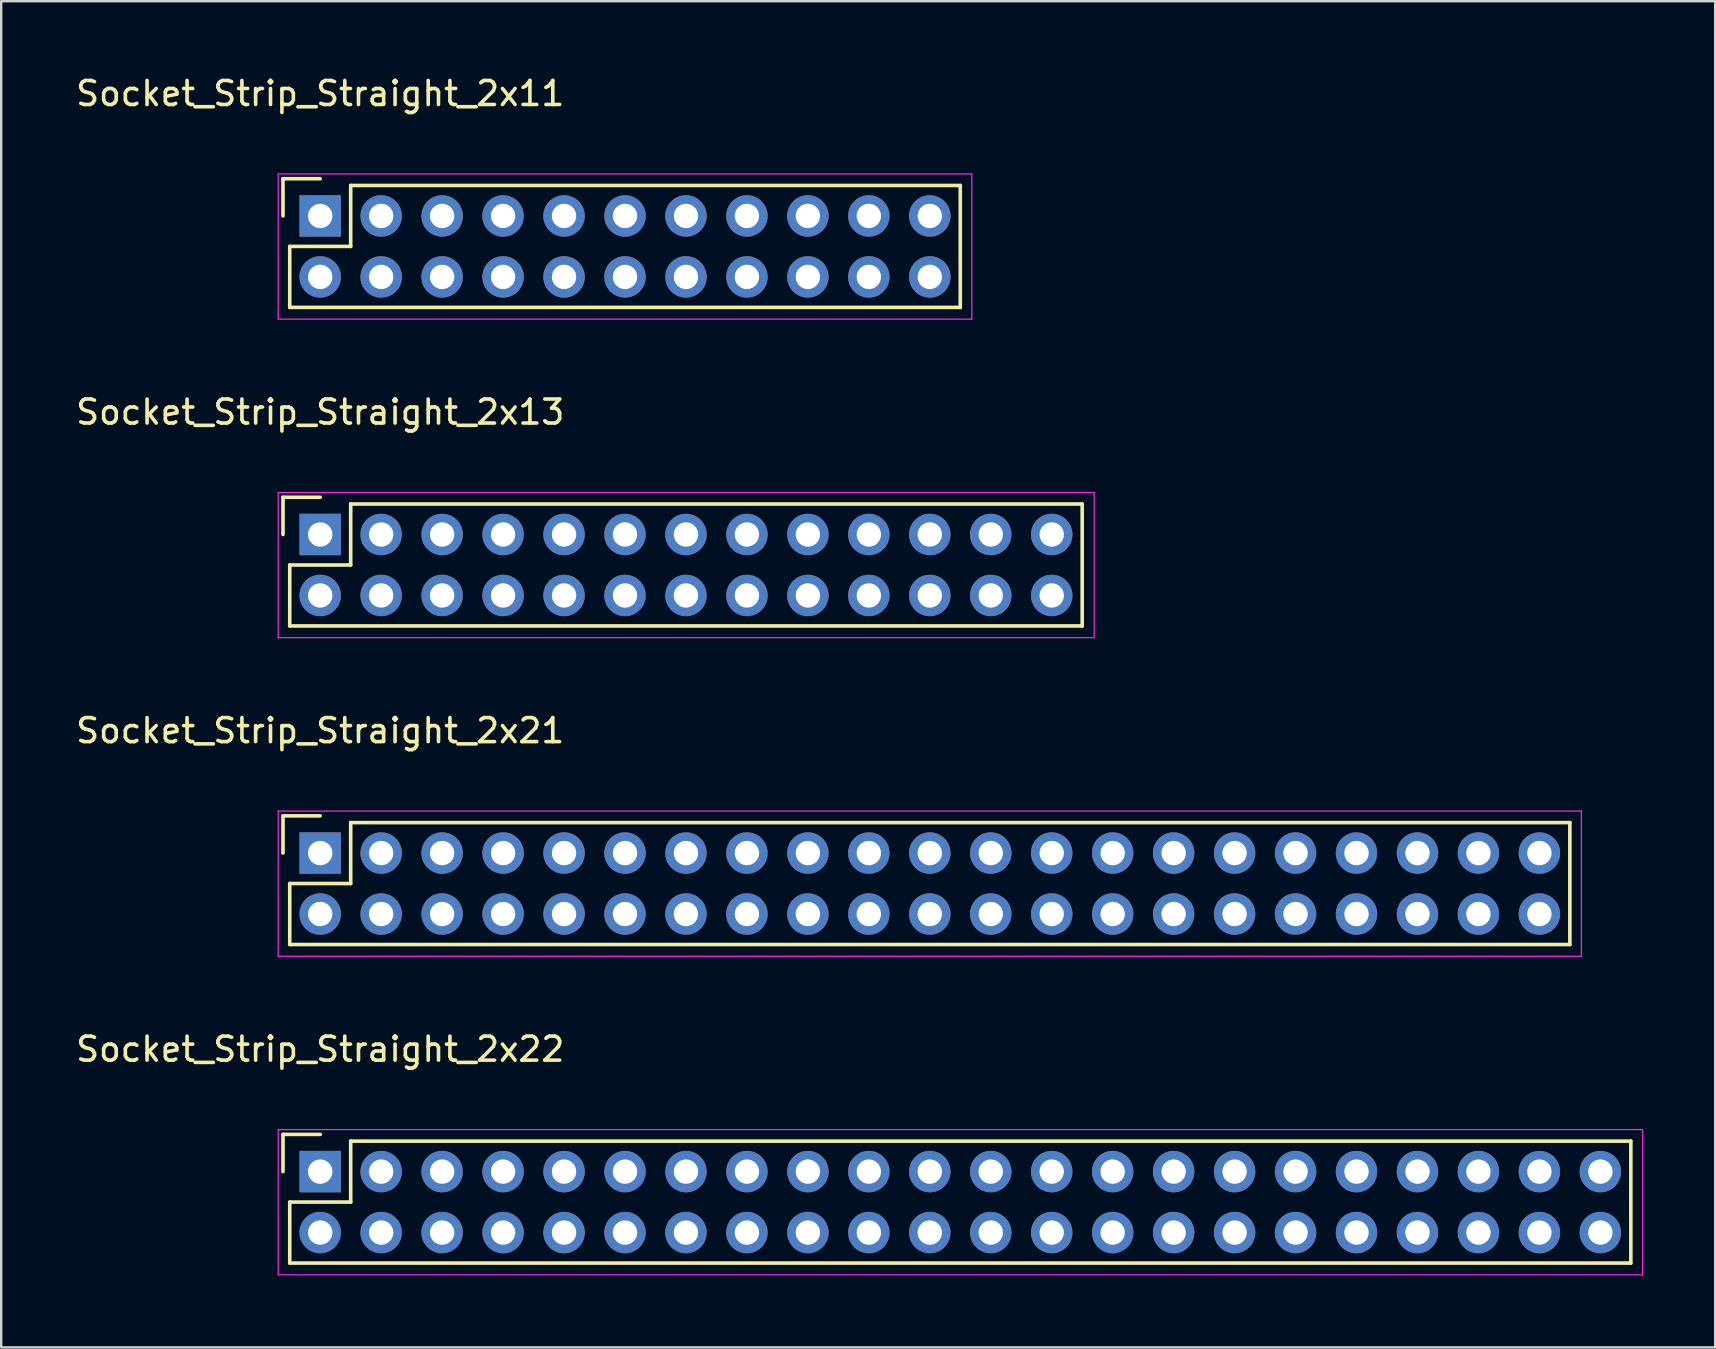
<source format=kicad_pcb>
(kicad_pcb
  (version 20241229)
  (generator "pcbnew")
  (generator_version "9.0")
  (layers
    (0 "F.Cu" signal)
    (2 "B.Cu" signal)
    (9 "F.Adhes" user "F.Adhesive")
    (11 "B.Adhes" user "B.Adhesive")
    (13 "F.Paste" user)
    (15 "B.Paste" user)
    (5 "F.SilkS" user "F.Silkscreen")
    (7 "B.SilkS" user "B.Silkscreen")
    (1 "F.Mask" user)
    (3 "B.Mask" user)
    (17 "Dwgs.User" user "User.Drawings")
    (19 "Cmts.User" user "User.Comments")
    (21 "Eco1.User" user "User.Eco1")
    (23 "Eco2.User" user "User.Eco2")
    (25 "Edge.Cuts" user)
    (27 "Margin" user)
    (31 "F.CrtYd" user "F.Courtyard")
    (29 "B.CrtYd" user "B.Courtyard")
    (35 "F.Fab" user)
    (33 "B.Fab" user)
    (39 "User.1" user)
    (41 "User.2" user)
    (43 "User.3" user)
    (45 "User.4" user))
  (footprint "Socket_Strip_Straight_2x11"
    (layer "F.Cu")
    (at 10.292 5.948)
    (property "Reference" "Socket_Strip_Straight_2x11" (at 0 -5.1 0) (layer "F.SilkS") (effects (font (size 1 1) (thickness 0.15))))
    (attr through_hole)
    (fp_line (start -1.55 -1.55) (end -1.55 0) (stroke (width 0.15) (type solid)) (layer "F.SilkS"))
    (fp_line (start -1.27 1.27) (end 1.27 1.27) (stroke (width 0.15) (type solid)) (layer "F.SilkS"))
    (fp_line (start -1.27 3.81) (end -1.27 1.27) (stroke (width 0.15) (type solid)) (layer "F.SilkS"))
    (fp_line (start 0 -1.55) (end -1.55 -1.55) (stroke (width 0.15) (type solid)) (layer "F.SilkS"))
    (fp_line (start 1.27 -1.27) (end 26.67 -1.27) (stroke (width 0.15) (type solid)) (layer "F.SilkS"))
    (fp_line (start 1.27 1.27) (end 1.27 -1.27) (stroke (width 0.15) (type solid)) (layer "F.SilkS"))
    (fp_line (start 26.67 3.81) (end -1.27 3.81) (stroke (width 0.15) (type solid)) (layer "F.SilkS"))
    (fp_line (start 26.67 3.81) (end 26.67 -1.27) (stroke (width 0.15) (type solid)) (layer "F.SilkS"))
    (fp_line (start -1.75 -1.75) (end -1.75 4.3) (stroke (width 0.05) (type solid)) (layer "F.CrtYd"))
    (fp_line (start -1.75 -1.75) (end 27.15 -1.75) (stroke (width 0.05) (type solid)) (layer "F.CrtYd"))
    (fp_line (start -1.75 4.3) (end 27.15 4.3) (stroke (width 0.05) (type solid)) (layer "F.CrtYd"))
    (fp_line (start 27.15 -1.75) (end 27.15 4.3) (stroke (width 0.05) (type solid)) (layer "F.CrtYd"))
    (pad "1" thru_hole rect (at 0 0) (size 1.727 1.727) (drill 1.016) (layers "*.Cu" "*.Mask"))
    (pad "2" thru_hole oval (at 0 2.54) (size 1.727 1.727) (drill 1.016) (layers "*.Cu" "*.Mask"))
    (pad "3" thru_hole oval (at 2.54 0) (size 1.727 1.727) (drill 1.016) (layers "*.Cu" "*.Mask"))
    (pad "4" thru_hole oval (at 2.54 2.54) (size 1.727 1.727) (drill 1.016) (layers "*.Cu" "*.Mask"))
    (pad "5" thru_hole oval (at 5.08 0) (size 1.727 1.727) (drill 1.016) (layers "*.Cu" "*.Mask"))
    (pad "6" thru_hole oval (at 5.08 2.54) (size 1.727 1.727) (drill 1.016) (layers "*.Cu" "*.Mask"))
    (pad "7" thru_hole oval (at 7.62 0) (size 1.727 1.727) (drill 1.016) (layers "*.Cu" "*.Mask"))
    (pad "8" thru_hole oval (at 7.62 2.54) (size 1.727 1.727) (drill 1.016) (layers "*.Cu" "*.Mask"))
    (pad "9" thru_hole oval (at 10.16 0) (size 1.727 1.727) (drill 1.016) (layers "*.Cu" "*.Mask"))
    (pad "10" thru_hole oval (at 10.16 2.54) (size 1.727 1.727) (drill 1.016) (layers "*.Cu" "*.Mask"))
    (pad "11" thru_hole oval (at 12.7 0) (size 1.727 1.727) (drill 1.016) (layers "*.Cu" "*.Mask"))
    (pad "12" thru_hole oval (at 12.7 2.54) (size 1.727 1.727) (drill 1.016) (layers "*.Cu" "*.Mask"))
    (pad "13" thru_hole oval (at 15.24 0) (size 1.727 1.727) (drill 1.016) (layers "*.Cu" "*.Mask"))
    (pad "14" thru_hole oval (at 15.24 2.54) (size 1.727 1.727) (drill 1.016) (layers "*.Cu" "*.Mask"))
    (pad "15" thru_hole oval (at 17.78 0) (size 1.727 1.727) (drill 1.016) (layers "*.Cu" "*.Mask"))
    (pad "16" thru_hole oval (at 17.78 2.54) (size 1.727 1.727) (drill 1.016) (layers "*.Cu" "*.Mask"))
    (pad "17" thru_hole oval (at 20.32 0) (size 1.727 1.727) (drill 1.016) (layers "*.Cu" "*.Mask"))
    (pad "18" thru_hole oval (at 20.32 2.54) (size 1.727 1.727) (drill 1.016) (layers "*.Cu" "*.Mask"))
    (pad "19" thru_hole oval (at 22.86 0) (size 1.727 1.727) (drill 1.016) (layers "*.Cu" "*.Mask"))
    (pad "20" thru_hole oval (at 22.86 2.54) (size 1.727 1.727) (drill 1.016) (layers "*.Cu" "*.Mask"))
    (pad "21" thru_hole oval (at 25.4 0) (size 1.727 1.727) (drill 1.016) (layers "*.Cu" "*.Mask"))
    (pad "22" thru_hole oval (at 25.4 2.54) (size 1.727 1.727) (drill 1.016) (layers "*.Cu" "*.Mask")))
  (footprint "Socket_Strip_Straight_2x22"
    (layer "F.Cu")
    (at 10.292 45.768)
    (property "Reference" "Socket_Strip_Straight_2x22" (at 0 -5.1 0) (layer "F.SilkS") (effects (font (size 1 1) (thickness 0.15))))
    (attr through_hole)
    (fp_line (start -1.55 -1.55) (end -1.55 0) (stroke (width 0.15) (type solid)) (layer "F.SilkS"))
    (fp_line (start -1.27 1.27) (end 1.27 1.27) (stroke (width 0.15) (type solid)) (layer "F.SilkS"))
    (fp_line (start -1.27 3.81) (end -1.27 1.27) (stroke (width 0.15) (type solid)) (layer "F.SilkS"))
    (fp_line (start 0 -1.55) (end -1.55 -1.55) (stroke (width 0.15) (type solid)) (layer "F.SilkS"))
    (fp_line (start 1.27 -1.27) (end 54.61 -1.27) (stroke (width 0.15) (type solid)) (layer "F.SilkS"))
    (fp_line (start 1.27 1.27) (end 1.27 -1.27) (stroke (width 0.15) (type solid)) (layer "F.SilkS"))
    (fp_line (start 54.61 3.81) (end -1.27 3.81) (stroke (width 0.15) (type solid)) (layer "F.SilkS"))
    (fp_line (start 54.61 3.81) (end 54.61 -1.27) (stroke (width 0.15) (type solid)) (layer "F.SilkS"))
    (fp_line (start -1.75 -1.75) (end -1.75 4.3) (stroke (width 0.05) (type solid)) (layer "F.CrtYd"))
    (fp_line (start -1.75 -1.75) (end 55.1 -1.75) (stroke (width 0.05) (type solid)) (layer "F.CrtYd"))
    (fp_line (start -1.75 4.3) (end 55.1 4.3) (stroke (width 0.05) (type solid)) (layer "F.CrtYd"))
    (fp_line (start 55.1 -1.75) (end 55.1 4.3) (stroke (width 0.05) (type solid)) (layer "F.CrtYd"))
    (pad "1" thru_hole rect (at 0 0) (size 1.727 1.727) (drill 1.016) (layers "*.Cu" "*.Mask"))
    (pad "2" thru_hole oval (at 0 2.54) (size 1.727 1.727) (drill 1.016) (layers "*.Cu" "*.Mask"))
    (pad "3" thru_hole oval (at 2.54 0) (size 1.727 1.727) (drill 1.016) (layers "*.Cu" "*.Mask"))
    (pad "4" thru_hole oval (at 2.54 2.54) (size 1.727 1.727) (drill 1.016) (layers "*.Cu" "*.Mask"))
    (pad "5" thru_hole oval (at 5.08 0) (size 1.727 1.727) (drill 1.016) (layers "*.Cu" "*.Mask"))
    (pad "6" thru_hole oval (at 5.08 2.54) (size 1.727 1.727) (drill 1.016) (layers "*.Cu" "*.Mask"))
    (pad "7" thru_hole oval (at 7.62 0) (size 1.727 1.727) (drill 1.016) (layers "*.Cu" "*.Mask"))
    (pad "8" thru_hole oval (at 7.62 2.54) (size 1.727 1.727) (drill 1.016) (layers "*.Cu" "*.Mask"))
    (pad "9" thru_hole oval (at 10.16 0) (size 1.727 1.727) (drill 1.016) (layers "*.Cu" "*.Mask"))
    (pad "10" thru_hole oval (at 10.16 2.54) (size 1.727 1.727) (drill 1.016) (layers "*.Cu" "*.Mask"))
    (pad "11" thru_hole oval (at 12.7 0) (size 1.727 1.727) (drill 1.016) (layers "*.Cu" "*.Mask"))
    (pad "12" thru_hole oval (at 12.7 2.54) (size 1.727 1.727) (drill 1.016) (layers "*.Cu" "*.Mask"))
    (pad "13" thru_hole oval (at 15.24 0) (size 1.727 1.727) (drill 1.016) (layers "*.Cu" "*.Mask"))
    (pad "14" thru_hole oval (at 15.24 2.54) (size 1.727 1.727) (drill 1.016) (layers "*.Cu" "*.Mask"))
    (pad "15" thru_hole oval (at 17.78 0) (size 1.727 1.727) (drill 1.016) (layers "*.Cu" "*.Mask"))
    (pad "16" thru_hole oval (at 17.78 2.54) (size 1.727 1.727) (drill 1.016) (layers "*.Cu" "*.Mask"))
    (pad "17" thru_hole oval (at 20.32 0) (size 1.727 1.727) (drill 1.016) (layers "*.Cu" "*.Mask"))
    (pad "18" thru_hole oval (at 20.32 2.54) (size 1.727 1.727) (drill 1.016) (layers "*.Cu" "*.Mask"))
    (pad "19" thru_hole oval (at 22.86 0) (size 1.727 1.727) (drill 1.016) (layers "*.Cu" "*.Mask"))
    (pad "20" thru_hole oval (at 22.86 2.54) (size 1.727 1.727) (drill 1.016) (layers "*.Cu" "*.Mask"))
    (pad "21" thru_hole oval (at 25.4 0) (size 1.727 1.727) (drill 1.016) (layers "*.Cu" "*.Mask"))
    (pad "22" thru_hole oval (at 25.4 2.54) (size 1.727 1.727) (drill 1.016) (layers "*.Cu" "*.Mask"))
    (pad "23" thru_hole oval (at 27.94 0) (size 1.727 1.727) (drill 1.016) (layers "*.Cu" "*.Mask"))
    (pad "24" thru_hole oval (at 27.94 2.54) (size 1.727 1.727) (drill 1.016) (layers "*.Cu" "*.Mask"))
    (pad "25" thru_hole oval (at 30.48 0) (size 1.727 1.727) (drill 1.016) (layers "*.Cu" "*.Mask"))
    (pad "26" thru_hole oval (at 30.48 2.54) (size 1.727 1.727) (drill 1.016) (layers "*.Cu" "*.Mask"))
    (pad "27" thru_hole oval (at 33.02 0) (size 1.727 1.727) (drill 1.016) (layers "*.Cu" "*.Mask"))
    (pad "28" thru_hole oval (at 33.02 2.54) (size 1.727 1.727) (drill 1.016) (layers "*.Cu" "*.Mask"))
    (pad "29" thru_hole oval (at 35.56 0) (size 1.727 1.727) (drill 1.016) (layers "*.Cu" "*.Mask"))
    (pad "30" thru_hole oval (at 35.56 2.54) (size 1.727 1.727) (drill 1.016) (layers "*.Cu" "*.Mask"))
    (pad "31" thru_hole oval (at 38.1 0) (size 1.727 1.727) (drill 1.016) (layers "*.Cu" "*.Mask"))
    (pad "32" thru_hole oval (at 38.1 2.54) (size 1.727 1.727) (drill 1.016) (layers "*.Cu" "*.Mask"))
    (pad "33" thru_hole oval (at 40.64 0) (size 1.727 1.727) (drill 1.016) (layers "*.Cu" "*.Mask"))
    (pad "34" thru_hole oval (at 40.64 2.54) (size 1.727 1.727) (drill 1.016) (layers "*.Cu" "*.Mask"))
    (pad "35" thru_hole oval (at 43.18 0) (size 1.727 1.727) (drill 1.016) (layers "*.Cu" "*.Mask"))
    (pad "36" thru_hole oval (at 43.18 2.54) (size 1.727 1.727) (drill 1.016) (layers "*.Cu" "*.Mask"))
    (pad "37" thru_hole oval (at 45.72 0) (size 1.727 1.727) (drill 1.016) (layers "*.Cu" "*.Mask"))
    (pad "38" thru_hole oval (at 45.72 2.54) (size 1.727 1.727) (drill 1.016) (layers "*.Cu" "*.Mask"))
    (pad "39" thru_hole oval (at 48.26 0) (size 1.727 1.727) (drill 1.016) (layers "*.Cu" "*.Mask"))
    (pad "40" thru_hole oval (at 48.26 2.54) (size 1.727 1.727) (drill 1.016) (layers "*.Cu" "*.Mask"))
    (pad "41" thru_hole oval (at 50.8 0) (size 1.727 1.727) (drill 1.016) (layers "*.Cu" "*.Mask"))
    (pad "42" thru_hole oval (at 50.8 2.54) (size 1.727 1.727) (drill 1.016) (layers "*.Cu" "*.Mask"))
    (pad "43" thru_hole oval (at 53.34 0) (size 1.727 1.727) (drill 1.016) (layers "*.Cu" "*.Mask"))
    (pad "44" thru_hole oval (at 53.34 2.54) (size 1.727 1.727) (drill 1.016) (layers "*.Cu" "*.Mask")))
  (footprint "Socket_Strip_Straight_2x13"
    (layer "F.Cu")
    (at 10.292 19.221)
    (property "Reference" "Socket_Strip_Straight_2x13" (at 0 -5.1 0) (layer "F.SilkS") (effects (font (size 1 1) (thickness 0.15))))
    (attr through_hole)
    (fp_line (start -1.55 -1.55) (end -1.55 0) (stroke (width 0.15) (type solid)) (layer "F.SilkS"))
    (fp_line (start -1.27 1.27) (end 1.27 1.27) (stroke (width 0.15) (type solid)) (layer "F.SilkS"))
    (fp_line (start -1.27 3.81) (end -1.27 1.27) (stroke (width 0.15) (type solid)) (layer "F.SilkS"))
    (fp_line (start -1.27 3.81) (end 31.75 3.81) (stroke (width 0.15) (type solid)) (layer "F.SilkS"))
    (fp_line (start 0 -1.55) (end -1.55 -1.55) (stroke (width 0.15) (type solid)) (layer "F.SilkS"))
    (fp_line (start 1.27 -1.27) (end 31.75 -1.27) (stroke (width 0.15) (type solid)) (layer "F.SilkS"))
    (fp_line (start 1.27 1.27) (end 1.27 -1.27) (stroke (width 0.15) (type solid)) (layer "F.SilkS"))
    (fp_line (start 31.75 3.81) (end 31.75 -1.27) (stroke (width 0.15) (type solid)) (layer "F.SilkS"))
    (fp_line (start -1.75 -1.75) (end -1.75 4.3) (stroke (width 0.05) (type solid)) (layer "F.CrtYd"))
    (fp_line (start -1.75 -1.75) (end 32.25 -1.75) (stroke (width 0.05) (type solid)) (layer "F.CrtYd"))
    (fp_line (start -1.75 4.3) (end 32.25 4.3) (stroke (width 0.05) (type solid)) (layer "F.CrtYd"))
    (fp_line (start 32.25 -1.75) (end 32.25 4.3) (stroke (width 0.05) (type solid)) (layer "F.CrtYd"))
    (pad "1" thru_hole rect (at 0 0) (size 1.727 1.727) (drill 1.016) (layers "*.Cu" "*.Mask"))
    (pad "2" thru_hole oval (at 0 2.54) (size 1.727 1.727) (drill 1.016) (layers "*.Cu" "*.Mask"))
    (pad "3" thru_hole oval (at 2.54 0) (size 1.727 1.727) (drill 1.016) (layers "*.Cu" "*.Mask"))
    (pad "4" thru_hole oval (at 2.54 2.54) (size 1.727 1.727) (drill 1.016) (layers "*.Cu" "*.Mask"))
    (pad "5" thru_hole oval (at 5.08 0) (size 1.727 1.727) (drill 1.016) (layers "*.Cu" "*.Mask"))
    (pad "6" thru_hole oval (at 5.08 2.54) (size 1.727 1.727) (drill 1.016) (layers "*.Cu" "*.Mask"))
    (pad "7" thru_hole oval (at 7.62 0) (size 1.727 1.727) (drill 1.016) (layers "*.Cu" "*.Mask"))
    (pad "8" thru_hole oval (at 7.62 2.54) (size 1.727 1.727) (drill 1.016) (layers "*.Cu" "*.Mask"))
    (pad "9" thru_hole oval (at 10.16 0) (size 1.727 1.727) (drill 1.016) (layers "*.Cu" "*.Mask"))
    (pad "10" thru_hole oval (at 10.16 2.54) (size 1.727 1.727) (drill 1.016) (layers "*.Cu" "*.Mask"))
    (pad "11" thru_hole oval (at 12.7 0) (size 1.727 1.727) (drill 1.016) (layers "*.Cu" "*.Mask"))
    (pad "12" thru_hole oval (at 12.7 2.54) (size 1.727 1.727) (drill 1.016) (layers "*.Cu" "*.Mask"))
    (pad "13" thru_hole oval (at 15.24 0) (size 1.727 1.727) (drill 1.016) (layers "*.Cu" "*.Mask"))
    (pad "14" thru_hole oval (at 15.24 2.54) (size 1.727 1.727) (drill 1.016) (layers "*.Cu" "*.Mask"))
    (pad "15" thru_hole oval (at 17.78 0) (size 1.727 1.727) (drill 1.016) (layers "*.Cu" "*.Mask"))
    (pad "16" thru_hole oval (at 17.78 2.54) (size 1.727 1.727) (drill 1.016) (layers "*.Cu" "*.Mask"))
    (pad "17" thru_hole oval (at 20.32 0) (size 1.727 1.727) (drill 1.016) (layers "*.Cu" "*.Mask"))
    (pad "18" thru_hole oval (at 20.32 2.54) (size 1.727 1.727) (drill 1.016) (layers "*.Cu" "*.Mask"))
    (pad "19" thru_hole oval (at 22.86 0) (size 1.727 1.727) (drill 1.016) (layers "*.Cu" "*.Mask"))
    (pad "20" thru_hole oval (at 22.86 2.54) (size 1.727 1.727) (drill 1.016) (layers "*.Cu" "*.Mask"))
    (pad "21" thru_hole oval (at 25.4 0) (size 1.727 1.727) (drill 1.016) (layers "*.Cu" "*.Mask"))
    (pad "22" thru_hole oval (at 25.4 2.54) (size 1.727 1.727) (drill 1.016) (layers "*.Cu" "*.Mask"))
    (pad "23" thru_hole oval (at 27.94 0) (size 1.727 1.727) (drill 1.016) (layers "*.Cu" "*.Mask"))
    (pad "24" thru_hole oval (at 27.94 2.54) (size 1.727 1.727) (drill 1.016) (layers "*.Cu" "*.Mask"))
    (pad "25" thru_hole oval (at 30.48 0) (size 1.727 1.727) (drill 1.016) (layers "*.Cu" "*.Mask"))
    (pad "26" thru_hole oval (at 30.48 2.54) (size 1.727 1.727) (drill 1.016) (layers "*.Cu" "*.Mask")))
  (footprint "Socket_Strip_Straight_2x21"
    (layer "F.Cu")
    (at 10.292 32.495)
    (property "Reference" "Socket_Strip_Straight_2x21" (at 0 -5.1 0) (layer "F.SilkS") (effects (font (size 1 1) (thickness 0.15))))
    (attr through_hole)
    (fp_line (start -1.55 -1.55) (end -1.55 0) (stroke (width 0.15) (type solid)) (layer "F.SilkS"))
    (fp_line (start -1.27 1.27) (end 1.27 1.27) (stroke (width 0.15) (type solid)) (layer "F.SilkS"))
    (fp_line (start -1.27 3.81) (end -1.27 1.27) (stroke (width 0.15) (type solid)) (layer "F.SilkS"))
    (fp_line (start 0 -1.55) (end -1.55 -1.55) (stroke (width 0.15) (type solid)) (layer "F.SilkS"))
    (fp_line (start 1.27 -1.27) (end 52.07 -1.27) (stroke (width 0.15) (type solid)) (layer "F.SilkS"))
    (fp_line (start 1.27 1.27) (end 1.27 -1.27) (stroke (width 0.15) (type solid)) (layer "F.SilkS"))
    (fp_line (start 52.07 3.81) (end -1.27 3.81) (stroke (width 0.15) (type solid)) (layer "F.SilkS"))
    (fp_line (start 52.07 3.81) (end 52.07 -1.27) (stroke (width 0.15) (type solid)) (layer "F.SilkS"))
    (fp_line (start -1.75 -1.75) (end -1.75 4.3) (stroke (width 0.05) (type solid)) (layer "F.CrtYd"))
    (fp_line (start -1.75 -1.75) (end 52.55 -1.75) (stroke (width 0.05) (type solid)) (layer "F.CrtYd"))
    (fp_line (start -1.75 4.3) (end 52.55 4.3) (stroke (width 0.05) (type solid)) (layer "F.CrtYd"))
    (fp_line (start 52.55 -1.75) (end 52.55 4.3) (stroke (width 0.05) (type solid)) (layer "F.CrtYd"))
    (pad "1" thru_hole rect (at 0 0) (size 1.727 1.727) (drill 1.016) (layers "*.Cu" "*.Mask"))
    (pad "2" thru_hole oval (at 0 2.54) (size 1.727 1.727) (drill 1.016) (layers "*.Cu" "*.Mask"))
    (pad "3" thru_hole oval (at 2.54 0) (size 1.727 1.727) (drill 1.016) (layers "*.Cu" "*.Mask"))
    (pad "4" thru_hole oval (at 2.54 2.54) (size 1.727 1.727) (drill 1.016) (layers "*.Cu" "*.Mask"))
    (pad "5" thru_hole oval (at 5.08 0) (size 1.727 1.727) (drill 1.016) (layers "*.Cu" "*.Mask"))
    (pad "6" thru_hole oval (at 5.08 2.54) (size 1.727 1.727) (drill 1.016) (layers "*.Cu" "*.Mask"))
    (pad "7" thru_hole oval (at 7.62 0) (size 1.727 1.727) (drill 1.016) (layers "*.Cu" "*.Mask"))
    (pad "8" thru_hole oval (at 7.62 2.54) (size 1.727 1.727) (drill 1.016) (layers "*.Cu" "*.Mask"))
    (pad "9" thru_hole oval (at 10.16 0) (size 1.727 1.727) (drill 1.016) (layers "*.Cu" "*.Mask"))
    (pad "10" thru_hole oval (at 10.16 2.54) (size 1.727 1.727) (drill 1.016) (layers "*.Cu" "*.Mask"))
    (pad "11" thru_hole oval (at 12.7 0) (size 1.727 1.727) (drill 1.016) (layers "*.Cu" "*.Mask"))
    (pad "12" thru_hole oval (at 12.7 2.54) (size 1.727 1.727) (drill 1.016) (layers "*.Cu" "*.Mask"))
    (pad "13" thru_hole oval (at 15.24 0) (size 1.727 1.727) (drill 1.016) (layers "*.Cu" "*.Mask"))
    (pad "14" thru_hole oval (at 15.24 2.54) (size 1.727 1.727) (drill 1.016) (layers "*.Cu" "*.Mask"))
    (pad "15" thru_hole oval (at 17.78 0) (size 1.727 1.727) (drill 1.016) (layers "*.Cu" "*.Mask"))
    (pad "16" thru_hole oval (at 17.78 2.54) (size 1.727 1.727) (drill 1.016) (layers "*.Cu" "*.Mask"))
    (pad "17" thru_hole oval (at 20.32 0) (size 1.727 1.727) (drill 1.016) (layers "*.Cu" "*.Mask"))
    (pad "18" thru_hole oval (at 20.32 2.54) (size 1.727 1.727) (drill 1.016) (layers "*.Cu" "*.Mask"))
    (pad "19" thru_hole oval (at 22.86 0) (size 1.727 1.727) (drill 1.016) (layers "*.Cu" "*.Mask"))
    (pad "20" thru_hole oval (at 22.86 2.54) (size 1.727 1.727) (drill 1.016) (layers "*.Cu" "*.Mask"))
    (pad "21" thru_hole oval (at 25.4 0) (size 1.727 1.727) (drill 1.016) (layers "*.Cu" "*.Mask"))
    (pad "22" thru_hole oval (at 25.4 2.54) (size 1.727 1.727) (drill 1.016) (layers "*.Cu" "*.Mask"))
    (pad "23" thru_hole oval (at 27.94 0) (size 1.727 1.727) (drill 1.016) (layers "*.Cu" "*.Mask"))
    (pad "24" thru_hole oval (at 27.94 2.54) (size 1.727 1.727) (drill 1.016) (layers "*.Cu" "*.Mask"))
    (pad "25" thru_hole oval (at 30.48 0) (size 1.727 1.727) (drill 1.016) (layers "*.Cu" "*.Mask"))
    (pad "26" thru_hole oval (at 30.48 2.54) (size 1.727 1.727) (drill 1.016) (layers "*.Cu" "*.Mask"))
    (pad "27" thru_hole oval (at 33.02 0) (size 1.727 1.727) (drill 1.016) (layers "*.Cu" "*.Mask"))
    (pad "28" thru_hole oval (at 33.02 2.54) (size 1.727 1.727) (drill 1.016) (layers "*.Cu" "*.Mask"))
    (pad "29" thru_hole oval (at 35.56 0) (size 1.727 1.727) (drill 1.016) (layers "*.Cu" "*.Mask"))
    (pad "30" thru_hole oval (at 35.56 2.54) (size 1.727 1.727) (drill 1.016) (layers "*.Cu" "*.Mask"))
    (pad "31" thru_hole oval (at 38.1 0) (size 1.727 1.727) (drill 1.016) (layers "*.Cu" "*.Mask"))
    (pad "32" thru_hole oval (at 38.1 2.54) (size 1.727 1.727) (drill 1.016) (layers "*.Cu" "*.Mask"))
    (pad "33" thru_hole oval (at 40.64 0) (size 1.727 1.727) (drill 1.016) (layers "*.Cu" "*.Mask"))
    (pad "34" thru_hole oval (at 40.64 2.54) (size 1.727 1.727) (drill 1.016) (layers "*.Cu" "*.Mask"))
    (pad "35" thru_hole oval (at 43.18 0) (size 1.727 1.727) (drill 1.016) (layers "*.Cu" "*.Mask"))
    (pad "36" thru_hole oval (at 43.18 2.54) (size 1.727 1.727) (drill 1.016) (layers "*.Cu" "*.Mask"))
    (pad "37" thru_hole oval (at 45.72 0) (size 1.727 1.727) (drill 1.016) (layers "*.Cu" "*.Mask"))
    (pad "38" thru_hole oval (at 45.72 2.54) (size 1.727 1.727) (drill 1.016) (layers "*.Cu" "*.Mask"))
    (pad "39" thru_hole oval (at 48.26 0) (size 1.727 1.727) (drill 1.016) (layers "*.Cu" "*.Mask"))
    (pad "40" thru_hole oval (at 48.26 2.54) (size 1.727 1.727) (drill 1.016) (layers "*.Cu" "*.Mask"))
    (pad "41" thru_hole oval (at 50.8 0) (size 1.727 1.727) (drill 1.016) (layers "*.Cu" "*.Mask"))
    (pad "42" thru_hole oval (at 50.8 2.54) (size 1.727 1.727) (drill 1.016) (layers "*.Cu" "*.Mask")))
  (gr_rect
    (start -3 -3)
    (end 68.417 53.093)
    (stroke (width 0.1) (type default))
    (fill no)
    (layer "Edge.Cuts")))
</source>
